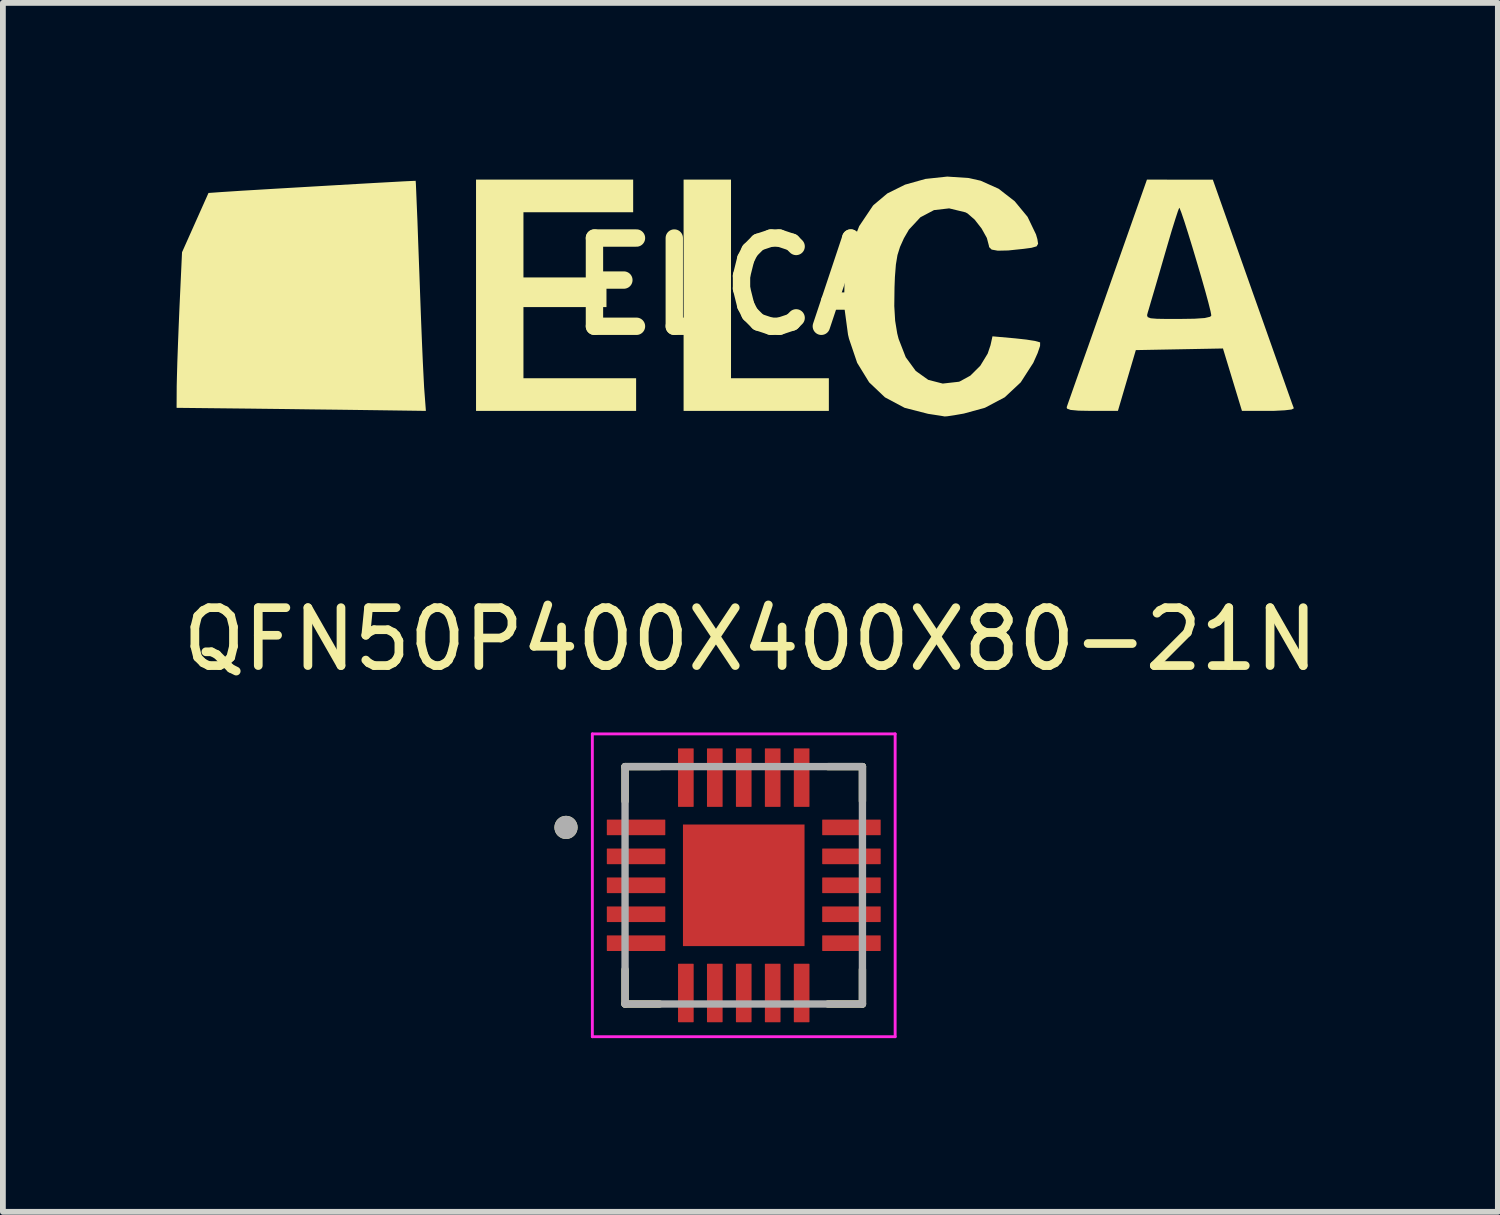
<source format=kicad_pcb>
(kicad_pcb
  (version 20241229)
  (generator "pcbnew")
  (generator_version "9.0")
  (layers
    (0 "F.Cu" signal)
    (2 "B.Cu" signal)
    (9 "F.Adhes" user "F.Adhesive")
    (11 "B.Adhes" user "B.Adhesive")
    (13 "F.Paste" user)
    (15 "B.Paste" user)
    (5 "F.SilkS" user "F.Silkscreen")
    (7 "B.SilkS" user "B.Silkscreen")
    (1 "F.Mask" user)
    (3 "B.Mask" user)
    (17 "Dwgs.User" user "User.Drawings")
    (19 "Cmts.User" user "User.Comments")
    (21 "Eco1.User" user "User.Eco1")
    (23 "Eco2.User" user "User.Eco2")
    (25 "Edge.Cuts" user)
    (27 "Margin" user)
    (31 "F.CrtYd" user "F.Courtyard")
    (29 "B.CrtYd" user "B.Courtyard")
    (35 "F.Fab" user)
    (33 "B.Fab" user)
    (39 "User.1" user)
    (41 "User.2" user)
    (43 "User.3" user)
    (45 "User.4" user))
  (footprint "QFN50P400X400X80-21N"
    (layer "F.Cu")
    (at 9.796 12.241)
    (property "Reference" "QFN50P400X400X80-21N" (at 0.115 -4.25 0) (layer "F.SilkS") (effects (font (size 1 1) (thickness 0.15))))
    (attr through_hole)
    (fp_line (start -2.05 -2.05) (end -2.05 -1.455) (stroke (width 0.127) (type solid)) (layer "F.SilkS"))
    (fp_line (start -2.05 -2.05) (end -1.455 -2.05) (stroke (width 0.127) (type solid)) (layer "F.SilkS"))
    (fp_line (start -2.05 2.05) (end -2.05 1.455) (stroke (width 0.127) (type solid)) (layer "F.SilkS"))
    (fp_line (start -2.05 2.05) (end -1.455 2.05) (stroke (width 0.127) (type solid)) (layer "F.SilkS"))
    (fp_line (start 2.05 -2.05) (end 1.455 -2.05) (stroke (width 0.127) (type solid)) (layer "F.SilkS"))
    (fp_line (start 2.05 -2.05) (end 2.05 -1.455) (stroke (width 0.127) (type solid)) (layer "F.SilkS"))
    (fp_line (start 2.05 2.05) (end 1.455 2.05) (stroke (width 0.127) (type solid)) (layer "F.SilkS"))
    (fp_line (start 2.05 2.05) (end 2.05 1.455) (stroke (width 0.127) (type solid)) (layer "F.SilkS"))
    (fp_circle (center -3.07 -1) (end -2.97 -1) (stroke (width 0.2) (type solid)) (fill no) (layer "F.SilkS"))
    (fp_poly (pts (xy -0.66 -0.66) (xy 0.66 -0.66) (xy 0.66 0.66) (xy -0.66 0.66)) (stroke (width 0.01) (type solid)) (fill yes) (layer "F.Paste"))
    (fp_line (start -2.615 -2.615) (end 2.615 -2.615) (stroke (width 0.05) (type solid)) (layer "F.CrtYd"))
    (fp_line (start -2.615 2.615) (end -2.615 -2.615) (stroke (width 0.05) (type solid)) (layer "F.CrtYd"))
    (fp_line (start -2.615 2.615) (end 2.615 2.615) (stroke (width 0.05) (type solid)) (layer "F.CrtYd"))
    (fp_line (start 2.615 2.615) (end 2.615 -2.615) (stroke (width 0.05) (type solid)) (layer "F.CrtYd"))
    (fp_line (start -2.05 2.05) (end -2.05 -2.05) (stroke (width 0.127) (type solid)) (layer "F.Fab"))
    (fp_line (start 2.05 -2.05) (end -2.05 -2.05) (stroke (width 0.127) (type solid)) (layer "F.Fab"))
    (fp_line (start 2.05 2.05) (end -2.05 2.05) (stroke (width 0.127) (type solid)) (layer "F.Fab"))
    (fp_line (start 2.05 2.05) (end 2.05 -2.05) (stroke (width 0.127) (type solid)) (layer "F.Fab"))
    (fp_circle (center -3.07 -1) (end -2.97 -1) (stroke (width 0.2) (type solid)) (fill no) (layer "F.Fab"))
    (pad "1" smd roundrect (at -1.86 -1) (size 1.01 0.27) (layers "F.Cu" "F.Mask" "F.Paste") (roundrect_rratio 0.03))
    (pad "2" smd roundrect (at -1.86 -0.5) (size 1.01 0.27) (layers "F.Cu" "F.Mask" "F.Paste") (roundrect_rratio 0.03))
    (pad "3" smd roundrect (at -1.86 0) (size 1.01 0.27) (layers "F.Cu" "F.Mask" "F.Paste") (roundrect_rratio 0.03))
    (pad "4" smd roundrect (at -1.86 0.5) (size 1.01 0.27) (layers "F.Cu" "F.Mask" "F.Paste") (roundrect_rratio 0.03))
    (pad "5" smd roundrect (at -1.86 1) (size 1.01 0.27) (layers "F.Cu" "F.Mask" "F.Paste") (roundrect_rratio 0.03))
    (pad "6" smd roundrect (at -1 1.86 90) (size 1.01 0.27) (layers "F.Cu" "F.Mask" "F.Paste") (roundrect_rratio 0.03))
    (pad "7" smd roundrect (at -0.5 1.86 90) (size 1.01 0.27) (layers "F.Cu" "F.Mask" "F.Paste") (roundrect_rratio 0.03))
    (pad "8" smd roundrect (at 0 1.86 90) (size 1.01 0.27) (layers "F.Cu" "F.Mask" "F.Paste") (roundrect_rratio 0.03))
    (pad "9" smd roundrect (at 0.5 1.86 90) (size 1.01 0.27) (layers "F.Cu" "F.Mask" "F.Paste") (roundrect_rratio 0.03))
    (pad "10" smd roundrect (at 1 1.86 90) (size 1.01 0.27) (layers "F.Cu" "F.Mask" "F.Paste") (roundrect_rratio 0.03))
    (pad "11" smd roundrect (at 1.86 1) (size 1.01 0.27) (layers "F.Cu" "F.Mask" "F.Paste") (roundrect_rratio 0.03))
    (pad "12" smd roundrect (at 1.86 0.5) (size 1.01 0.27) (layers "F.Cu" "F.Mask" "F.Paste") (roundrect_rratio 0.03))
    (pad "13" smd roundrect (at 1.86 0) (size 1.01 0.27) (layers "F.Cu" "F.Mask" "F.Paste") (roundrect_rratio 0.03))
    (pad "14" smd roundrect (at 1.86 -0.5) (size 1.01 0.27) (layers "F.Cu" "F.Mask" "F.Paste") (roundrect_rratio 0.03))
    (pad "15" smd roundrect (at 1.86 -1) (size 1.01 0.27) (layers "F.Cu" "F.Mask" "F.Paste") (roundrect_rratio 0.03))
    (pad "16" smd roundrect (at 1 -1.86 90) (size 1.01 0.27) (layers "F.Cu" "F.Mask" "F.Paste") (roundrect_rratio 0.03))
    (pad "17" smd roundrect (at 0.5 -1.86 90) (size 1.01 0.27) (layers "F.Cu" "F.Mask" "F.Paste") (roundrect_rratio 0.03))
    (pad "18" smd roundrect (at 0 -1.86 90) (size 1.01 0.27) (layers "F.Cu" "F.Mask" "F.Paste") (roundrect_rratio 0.03))
    (pad "19" smd roundrect (at -0.5 -1.86 90) (size 1.01 0.27) (layers "F.Cu" "F.Mask" "F.Paste") (roundrect_rratio 0.03))
    (pad "20" smd roundrect (at -1 -1.86 90) (size 1.01 0.27) (layers "F.Cu" "F.Mask" "F.Paste") (roundrect_rratio 0.03))
    (pad "21" smd rect (at 0 0) (size 2.1 2.1) (layers "F.Cu" "F.Mask")))
  (footprint "ELCA"
    (layer "F.Cu")
    (at 9.576 1.896)
    (property "Reference" "ELCA" (at 0 0 0) (layer "F.SilkS") (effects (font (size 1.524 1.524) (thickness 0.3))))
    (attr board_only exclude_from_pos_files exclude_from_bom)
    (fp_poly (pts (xy 0 1.587) (xy 1.69 1.587) (xy 1.69 2.151) (xy -0.819 2.151) (xy -0.819 -1.844) (xy 0 -1.844)) (stroke (width 0) (type solid)) (fill yes) (layer "F.SilkS"))
    (fp_poly (pts (xy -1.69 -1.28) (xy -3.585 -1.28) (xy -3.585 -0.154) (xy -2.151 -0.154) (xy -2.151 0.358) (xy -3.585 0.358) (xy -3.585 1.587) (xy -1.639 1.587) (xy -1.639 2.151) (xy -4.404 2.151) (xy -4.404 -1.844) (xy -1.69 -1.844)) (stroke (width 0) (type solid)) (fill yes) (layer "F.SilkS"))
    (fp_poly (pts (xy -5.447 -1.823) (xy -5.443 -1.773) (xy -5.437 -1.632) (xy -5.428 -1.414) (xy -5.416 -1.13) (xy -5.404 -0.792) (xy -5.39 -0.414) (xy -5.382 -0.205) (xy -5.367 0.212) (xy -5.352 0.613) (xy -5.337 0.983) (xy -5.323 1.304) (xy -5.31 1.562) (xy -5.301 1.739) (xy -5.298 1.78) (xy -5.27 2.151) (xy -6.13 2.139) (xy -6.44 2.135) (xy -6.823 2.13) (xy -7.251 2.125) (xy -7.694 2.119) (xy -8.125 2.114) (xy -8.283 2.112) (xy -9.576 2.098) (xy -9.574 1.727) (xy -9.57 1.554) (xy -9.563 1.304) (xy -9.552 1) (xy -9.539 0.669) (xy -9.527 0.384) (xy -9.482 -0.589) (xy -9.025 -1.613) (xy -8.801 -1.629) (xy -8.662 -1.638) (xy -8.449 -1.652) (xy -8.178 -1.668) (xy -7.863 -1.687) (xy -7.519 -1.707) (xy -7.16 -1.728) (xy -6.8 -1.749) (xy -6.455 -1.769) (xy -6.138 -1.787) (xy -5.864 -1.802) (xy -5.648 -1.814) (xy -5.504 -1.821) (xy -5.447 -1.823)) (stroke (width 0) (type solid)) (fill yes) (layer "F.SilkS"))
    (fp_poly (pts (xy 7.753 -1.843) (xy 8.322 -1.843) (xy 9.013 0.111) (xy 9.164 0.536) (xy 9.304 0.932) (xy 9.43 1.288) (xy 9.538 1.593) (xy 9.624 1.836) (xy 9.685 2.008) (xy 9.718 2.097) (xy 9.721 2.107) (xy 9.682 2.127) (xy 9.562 2.141) (xy 9.383 2.15) (xy 9.282 2.151) (xy 8.825 2.151) (xy 8.661 1.612) (xy 8.497 1.073) (xy 7.744 1.087) (xy 6.992 1.101) (xy 6.837 1.626) (xy 6.683 2.15) (xy 6.229 2.151) (xy 6.002 2.147) (xy 5.864 2.134) (xy 5.803 2.111) (xy 5.798 2.087) (xy 5.819 2.026) (xy 5.871 1.879) (xy 5.949 1.657) (xy 6.05 1.37) (xy 6.171 1.03) (xy 6.306 0.646) (xy 6.358 0.498) (xy 7.186 0.498) (xy 7.197 0.531) (xy 7.248 0.551) (xy 7.356 0.56) (xy 7.538 0.563) (xy 7.729 0.563) (xy 8.003 0.559) (xy 8.182 0.547) (xy 8.276 0.525) (xy 8.296 0.503) (xy 8.282 0.428) (xy 8.245 0.28) (xy 8.19 0.078) (xy 8.122 -0.161) (xy 8.046 -0.419) (xy 7.969 -0.677) (xy 7.895 -0.917) (xy 7.83 -1.122) (xy 7.779 -1.272) (xy 7.748 -1.351) (xy 7.742 -1.357) (xy 7.72 -1.302) (xy 7.675 -1.165) (xy 7.612 -0.963) (xy 7.538 -0.712) (xy 7.476 -0.499) (xy 7.394 -0.215) (xy 7.319 0.042) (xy 7.257 0.252) (xy 7.215 0.396) (xy 7.199 0.448) (xy 7.186 0.498) (xy 6.358 0.498) (xy 6.453 0.23) (xy 6.502 0.09) (xy 7.184 -1.844)) (stroke (width 0) (type solid)) (fill yes) (layer "F.SilkS"))
    (fp_poly (pts (xy 4.107 -1.871) (xy 4.311 -1.825) (xy 4.622 -1.686) (xy 4.899 -1.471) (xy 5.122 -1.201) (xy 5.268 -0.897) (xy 5.292 -0.814) (xy 5.304 -0.735) (xy 5.278 -0.691) (xy 5.19 -0.666) (xy 5.056 -0.648) (xy 4.788 -0.62) (xy 4.608 -0.616) (xy 4.502 -0.635) (xy 4.458 -0.678) (xy 4.455 -0.7) (xy 4.419 -0.836) (xy 4.328 -0.999) (xy 4.208 -1.153) (xy 4.083 -1.261) (xy 4.048 -1.279) (xy 3.768 -1.347) (xy 3.506 -1.317) (xy 3.271 -1.193) (xy 3.073 -0.98) (xy 2.986 -0.83) (xy 2.919 -0.681) (xy 2.875 -0.54) (xy 2.848 -0.378) (xy 2.831 -0.164) (xy 2.824 0.019) (xy 2.82 0.34) (xy 2.835 0.594) (xy 2.871 0.814) (xy 2.895 0.908) (xy 3.018 1.224) (xy 3.191 1.461) (xy 3.407 1.615) (xy 3.657 1.679) (xy 3.933 1.648) (xy 3.95 1.643) (xy 4.134 1.542) (xy 4.305 1.372) (xy 4.433 1.162) (xy 4.482 1.017) (xy 4.516 0.863) (xy 4.908 0.898) (xy 5.1 0.919) (xy 5.252 0.943) (xy 5.334 0.966) (xy 5.339 0.969) (xy 5.338 1.029) (xy 5.296 1.153) (xy 5.224 1.314) (xy 5.222 1.319) (xy 5.004 1.658) (xy 4.728 1.916) (xy 4.386 2.097) (xy 4.022 2.197) (xy 3.856 2.226) (xy 3.735 2.244) (xy 3.69 2.247) (xy 3.627 2.236) (xy 3.497 2.216) (xy 3.405 2.202) (xy 2.999 2.098) (xy 2.659 1.917) (xy 2.386 1.658) (xy 2.179 1.321) (xy 2.038 0.905) (xy 2.021 0.834) (xy 1.952 0.321) (xy 1.963 -0.171) (xy 2.052 -0.63) (xy 2.214 -1.04) (xy 2.449 -1.39) (xy 2.461 -1.404) (xy 2.7 -1.605) (xy 3.007 -1.757) (xy 3.36 -1.856) (xy 3.735 -1.896)) (stroke (width 0) (type solid)) (fill yes) (layer "F.SilkS")))
  (gr_rect
    (start -3 -3)
    (end 22.821 17.881)
    (stroke (width 0.1) (type default))
    (fill no)
    (layer "Edge.Cuts")))
</source>
